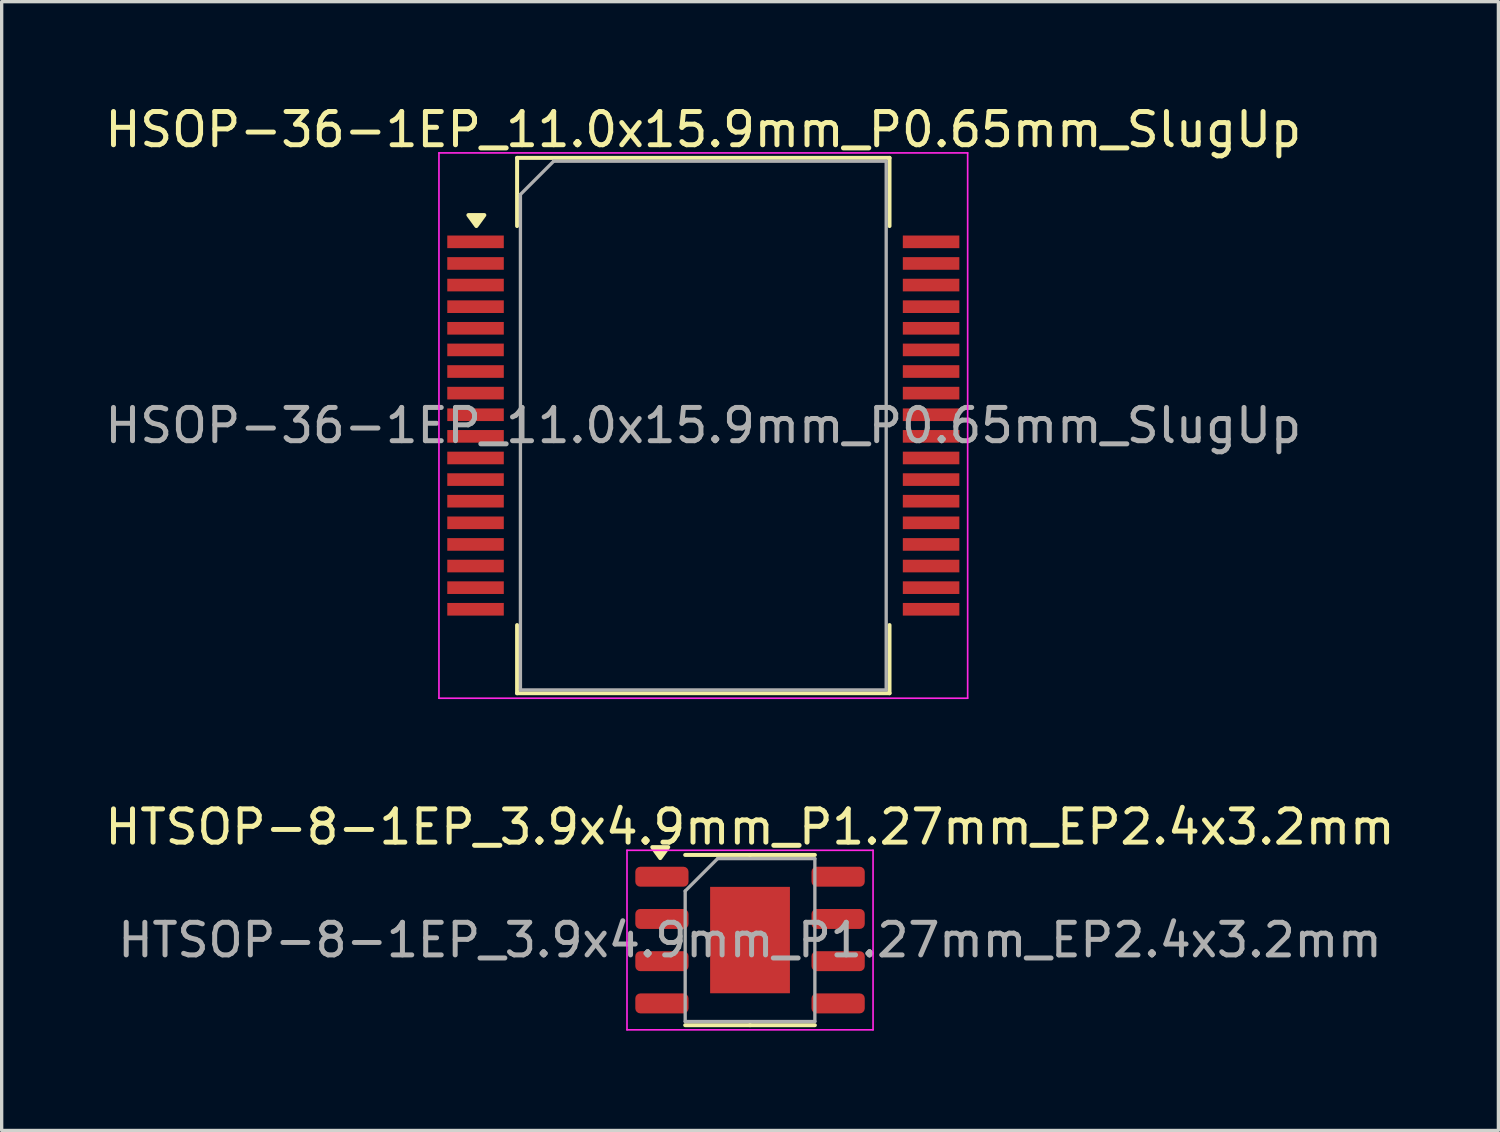
<source format=kicad_pcb>
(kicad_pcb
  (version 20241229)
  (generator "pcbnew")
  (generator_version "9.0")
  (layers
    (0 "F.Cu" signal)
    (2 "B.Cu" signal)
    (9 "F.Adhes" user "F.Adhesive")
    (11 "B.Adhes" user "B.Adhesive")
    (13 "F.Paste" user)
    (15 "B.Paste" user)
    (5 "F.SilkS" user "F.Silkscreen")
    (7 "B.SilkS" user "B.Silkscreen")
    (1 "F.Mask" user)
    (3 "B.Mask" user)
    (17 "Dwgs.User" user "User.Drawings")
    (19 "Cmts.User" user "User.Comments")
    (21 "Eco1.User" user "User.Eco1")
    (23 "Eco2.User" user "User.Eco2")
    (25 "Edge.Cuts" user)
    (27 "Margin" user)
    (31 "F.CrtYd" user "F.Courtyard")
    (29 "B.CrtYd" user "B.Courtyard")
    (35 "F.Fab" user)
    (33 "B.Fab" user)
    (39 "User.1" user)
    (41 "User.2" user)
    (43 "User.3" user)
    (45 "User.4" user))
  (footprint "HSOP-36-1EP_11.0x15.9mm_P0.65mm_SlugUp"
    (layer "F.Cu")
    (at 18.101 9.748)
    (property "Reference" "HSOP-36-1EP_11.0x15.9mm_P0.65mm_SlugUp" (at 0 -8.9 0) (layer "F.SilkS") (effects (font (size 1 1) (thickness 0.15))))
    (attr smd)
    (fp_line (start -5.6 -8.05) (end -5.6 -6) (stroke (width 0.12) (type solid)) (layer "F.SilkS"))
    (fp_line (start -5.6 8.05) (end -5.6 6) (stroke (width 0.12) (type solid)) (layer "F.SilkS"))
    (fp_line (start 5.6 -8.05) (end -5.6 -8.05) (stroke (width 0.12) (type solid)) (layer "F.SilkS"))
    (fp_line (start 5.6 -8.05) (end 5.6 -6) (stroke (width 0.12) (type solid)) (layer "F.SilkS"))
    (fp_line (start 5.6 8.05) (end -5.6 8.05) (stroke (width 0.12) (type solid)) (layer "F.SilkS"))
    (fp_line (start 5.6 8.05) (end 5.6 6) (stroke (width 0.12) (type solid)) (layer "F.SilkS"))
    (fp_poly (pts (xy -6.825 -6) (xy -7.065 -6.33) (xy -6.585 -6.33) (xy -6.825 -6)) (stroke (width 0.12) (type solid)) (fill yes) (layer "F.SilkS"))
    (fp_line (start -7.95 -8.2) (end -7.95 8.2) (stroke (width 0.05) (type solid)) (layer "F.CrtYd"))
    (fp_line (start -7.95 -8.2) (end 7.95 -8.2) (stroke (width 0.05) (type solid)) (layer "F.CrtYd"))
    (fp_line (start 7.95 8.2) (end -7.95 8.2) (stroke (width 0.05) (type solid)) (layer "F.CrtYd"))
    (fp_line (start 7.95 8.2) (end 7.95 -8.2) (stroke (width 0.05) (type solid)) (layer "F.CrtYd"))
    (fp_line (start -5.5 -6.95) (end -5.5 7.95) (stroke (width 0.1) (type solid)) (layer "F.Fab"))
    (fp_line (start -5.5 7.95) (end 5.5 7.95) (stroke (width 0.1) (type solid)) (layer "F.Fab"))
    (fp_line (start -4.5 -7.95) (end -5.5 -6.95) (stroke (width 0.1) (type solid)) (layer "F.Fab"))
    (fp_line (start 5.5 -7.95) (end -4.5 -7.95) (stroke (width 0.1) (type solid)) (layer "F.Fab"))
    (fp_line (start 5.5 7.95) (end 5.5 -7.95) (stroke (width 0.1) (type solid)) (layer "F.Fab"))
    (fp_text user "${REFERENCE}" (at 0 0 0) (layer "F.Fab") (effects (font (size 1 1) (thickness 0.15))))
    (pad "1" smd rect (at -6.85 -5.525) (size 1.7 0.38) (layers "F.Cu" "F.Mask" "F.Paste"))
    (pad "2" smd rect (at -6.85 -4.875) (size 1.7 0.38) (layers "F.Cu" "F.Mask" "F.Paste"))
    (pad "3" smd rect (at -6.85 -4.225) (size 1.7 0.38) (layers "F.Cu" "F.Mask" "F.Paste"))
    (pad "4" smd rect (at -6.85 -3.575) (size 1.7 0.38) (layers "F.Cu" "F.Mask" "F.Paste"))
    (pad "5" smd rect (at -6.85 -2.925) (size 1.7 0.38) (layers "F.Cu" "F.Mask" "F.Paste"))
    (pad "6" smd rect (at -6.85 -2.275) (size 1.7 0.38) (layers "F.Cu" "F.Mask" "F.Paste"))
    (pad "7" smd rect (at -6.85 -1.625) (size 1.7 0.38) (layers "F.Cu" "F.Mask" "F.Paste"))
    (pad "8" smd rect (at -6.85 -0.975) (size 1.7 0.38) (layers "F.Cu" "F.Mask" "F.Paste"))
    (pad "9" smd rect (at -6.85 -0.325) (size 1.7 0.38) (layers "F.Cu" "F.Mask" "F.Paste"))
    (pad "10" smd rect (at -6.85 0.325) (size 1.7 0.38) (layers "F.Cu" "F.Mask" "F.Paste"))
    (pad "11" smd rect (at -6.85 0.975) (size 1.7 0.38) (layers "F.Cu" "F.Mask" "F.Paste"))
    (pad "12" smd rect (at -6.85 1.625) (size 1.7 0.38) (layers "F.Cu" "F.Mask" "F.Paste"))
    (pad "13" smd rect (at -6.85 2.275) (size 1.7 0.38) (layers "F.Cu" "F.Mask" "F.Paste"))
    (pad "14" smd rect (at -6.85 2.925) (size 1.7 0.38) (layers "F.Cu" "F.Mask" "F.Paste"))
    (pad "15" smd rect (at -6.85 3.575) (size 1.7 0.38) (layers "F.Cu" "F.Mask" "F.Paste"))
    (pad "16" smd rect (at -6.85 4.225) (size 1.7 0.38) (layers "F.Cu" "F.Mask" "F.Paste"))
    (pad "17" smd rect (at -6.85 4.875) (size 1.7 0.38) (layers "F.Cu" "F.Mask" "F.Paste"))
    (pad "18" smd rect (at -6.85 5.525) (size 1.7 0.38) (layers "F.Cu" "F.Mask" "F.Paste"))
    (pad "19" smd rect (at 6.85 5.525) (size 1.7 0.38) (layers "F.Cu" "F.Mask" "F.Paste"))
    (pad "20" smd rect (at 6.85 4.875) (size 1.7 0.38) (layers "F.Cu" "F.Mask" "F.Paste"))
    (pad "21" smd rect (at 6.85 4.225) (size 1.7 0.38) (layers "F.Cu" "F.Mask" "F.Paste"))
    (pad "22" smd rect (at 6.85 3.575) (size 1.7 0.38) (layers "F.Cu" "F.Mask" "F.Paste"))
    (pad "23" smd rect (at 6.85 2.925) (size 1.7 0.38) (layers "F.Cu" "F.Mask" "F.Paste"))
    (pad "24" smd rect (at 6.85 2.275) (size 1.7 0.38) (layers "F.Cu" "F.Mask" "F.Paste"))
    (pad "25" smd rect (at 6.85 1.625) (size 1.7 0.38) (layers "F.Cu" "F.Mask" "F.Paste"))
    (pad "26" smd rect (at 6.85 0.975) (size 1.7 0.38) (layers "F.Cu" "F.Mask" "F.Paste"))
    (pad "27" smd rect (at 6.85 0.325) (size 1.7 0.38) (layers "F.Cu" "F.Mask" "F.Paste"))
    (pad "28" smd rect (at 6.85 -0.325) (size 1.7 0.38) (layers "F.Cu" "F.Mask" "F.Paste"))
    (pad "29" smd rect (at 6.85 -0.975) (size 1.7 0.38) (layers "F.Cu" "F.Mask" "F.Paste"))
    (pad "30" smd rect (at 6.85 -1.625) (size 1.7 0.38) (layers "F.Cu" "F.Mask" "F.Paste"))
    (pad "31" smd rect (at 6.85 -2.275) (size 1.7 0.38) (layers "F.Cu" "F.Mask" "F.Paste"))
    (pad "32" smd rect (at 6.85 -2.925) (size 1.7 0.38) (layers "F.Cu" "F.Mask" "F.Paste"))
    (pad "33" smd rect (at 6.85 -3.575) (size 1.7 0.38) (layers "F.Cu" "F.Mask" "F.Paste"))
    (pad "34" smd rect (at 6.85 -4.225) (size 1.7 0.38) (layers "F.Cu" "F.Mask" "F.Paste"))
    (pad "35" smd rect (at 6.85 -4.875) (size 1.7 0.38) (layers "F.Cu" "F.Mask" "F.Paste"))
    (pad "36" smd rect (at 6.85 -5.525) (size 1.7 0.38) (layers "F.Cu" "F.Mask" "F.Paste")))
  (footprint "HTSOP-8-1EP_3.9x4.9mm_P1.27mm_EP2.4x3.2mm"
    (layer "F.Cu")
    (at 19.506 25.221)
    (property "Reference" "HTSOP-8-1EP_3.9x4.9mm_P1.27mm_EP2.4x3.2mm" (at 0 -3.4 0) (layer "F.SilkS") (effects (font (size 1 1) (thickness 0.15))))
    (attr smd)
    (fp_line (start 0 -2.56) (end -1.95 -2.56) (stroke (width 0.12) (type solid)) (layer "F.SilkS"))
    (fp_line (start 0 -2.56) (end 1.95 -2.56) (stroke (width 0.12) (type solid)) (layer "F.SilkS"))
    (fp_line (start 0 2.56) (end -1.95 2.56) (stroke (width 0.12) (type solid)) (layer "F.SilkS"))
    (fp_line (start 0 2.56) (end 1.95 2.56) (stroke (width 0.12) (type solid)) (layer "F.SilkS"))
    (fp_poly (pts (xy -2.7 -2.465) (xy -2.94 -2.795) (xy -2.46 -2.795) (xy -2.7 -2.465)) (stroke (width 0.12) (type solid)) (fill yes) (layer "F.SilkS"))
    (fp_line (start -3.7 -2.7) (end -3.7 2.7) (stroke (width 0.05) (type solid)) (layer "F.CrtYd"))
    (fp_line (start -3.7 2.7) (end 3.7 2.7) (stroke (width 0.05) (type solid)) (layer "F.CrtYd"))
    (fp_line (start 3.7 -2.7) (end -3.7 -2.7) (stroke (width 0.05) (type solid)) (layer "F.CrtYd"))
    (fp_line (start 3.7 2.7) (end 3.7 -2.7) (stroke (width 0.05) (type solid)) (layer "F.CrtYd"))
    (fp_line (start -1.95 -1.475) (end -0.975 -2.45) (stroke (width 0.1) (type solid)) (layer "F.Fab"))
    (fp_line (start -1.95 2.45) (end -1.95 -1.475) (stroke (width 0.1) (type solid)) (layer "F.Fab"))
    (fp_line (start -0.975 -2.45) (end 1.95 -2.45) (stroke (width 0.1) (type solid)) (layer "F.Fab"))
    (fp_line (start 1.95 -2.45) (end 1.95 2.45) (stroke (width 0.1) (type solid)) (layer "F.Fab"))
    (fp_line (start 1.95 2.45) (end -1.95 2.45) (stroke (width 0.1) (type solid)) (layer "F.Fab"))
    (fp_text user "${REFERENCE}" (at 0 0 0) (layer "F.Fab") (effects (font (size 0.98 0.98) (thickness 0.15))))
    (pad "" smd roundrect (at -0.6 -0.8) (size 0.97 1.29) (layers "F.Paste") (roundrect_rratio 0.25))
    (pad "" smd roundrect (at -0.6 0.8) (size 0.97 1.29) (layers "F.Paste") (roundrect_rratio 0.25))
    (pad "" smd roundrect (at 0.6 -0.8) (size 0.97 1.29) (layers "F.Paste") (roundrect_rratio 0.25))
    (pad "" smd roundrect (at 0.6 0.8) (size 0.97 1.29) (layers "F.Paste") (roundrect_rratio 0.25))
    (pad "1" smd roundrect (at -2.65 -1.905) (size 1.6 0.6) (layers "F.Cu" "F.Mask" "F.Paste") (roundrect_rratio 0.25))
    (pad "2" smd roundrect (at -2.65 -0.635) (size 1.6 0.6) (layers "F.Cu" "F.Mask" "F.Paste") (roundrect_rratio 0.25))
    (pad "3" smd roundrect (at -2.65 0.635) (size 1.6 0.6) (layers "F.Cu" "F.Mask" "F.Paste") (roundrect_rratio 0.25))
    (pad "4" smd roundrect (at -2.65 1.905) (size 1.6 0.6) (layers "F.Cu" "F.Mask" "F.Paste") (roundrect_rratio 0.25))
    (pad "5" smd roundrect (at 2.65 1.905) (size 1.6 0.6) (layers "F.Cu" "F.Mask" "F.Paste") (roundrect_rratio 0.25))
    (pad "6" smd roundrect (at 2.65 0.635) (size 1.6 0.6) (layers "F.Cu" "F.Mask" "F.Paste") (roundrect_rratio 0.25))
    (pad "7" smd roundrect (at 2.65 -0.635) (size 1.6 0.6) (layers "F.Cu" "F.Mask" "F.Paste") (roundrect_rratio 0.25))
    (pad "8" smd roundrect (at 2.65 -1.905) (size 1.6 0.6) (layers "F.Cu" "F.Mask" "F.Paste") (roundrect_rratio 0.25))
    (pad "9" smd rect (at 0 0) (size 2.4 3.2) (property pad_prop_heatsink) (layers "F.Cu" "F.Mask")))
  (gr_rect
    (start -3 -3)
    (end 42.012 30.947)
    (stroke (width 0.1) (type default))
    (fill no)
    (layer "Edge.Cuts")))
</source>
